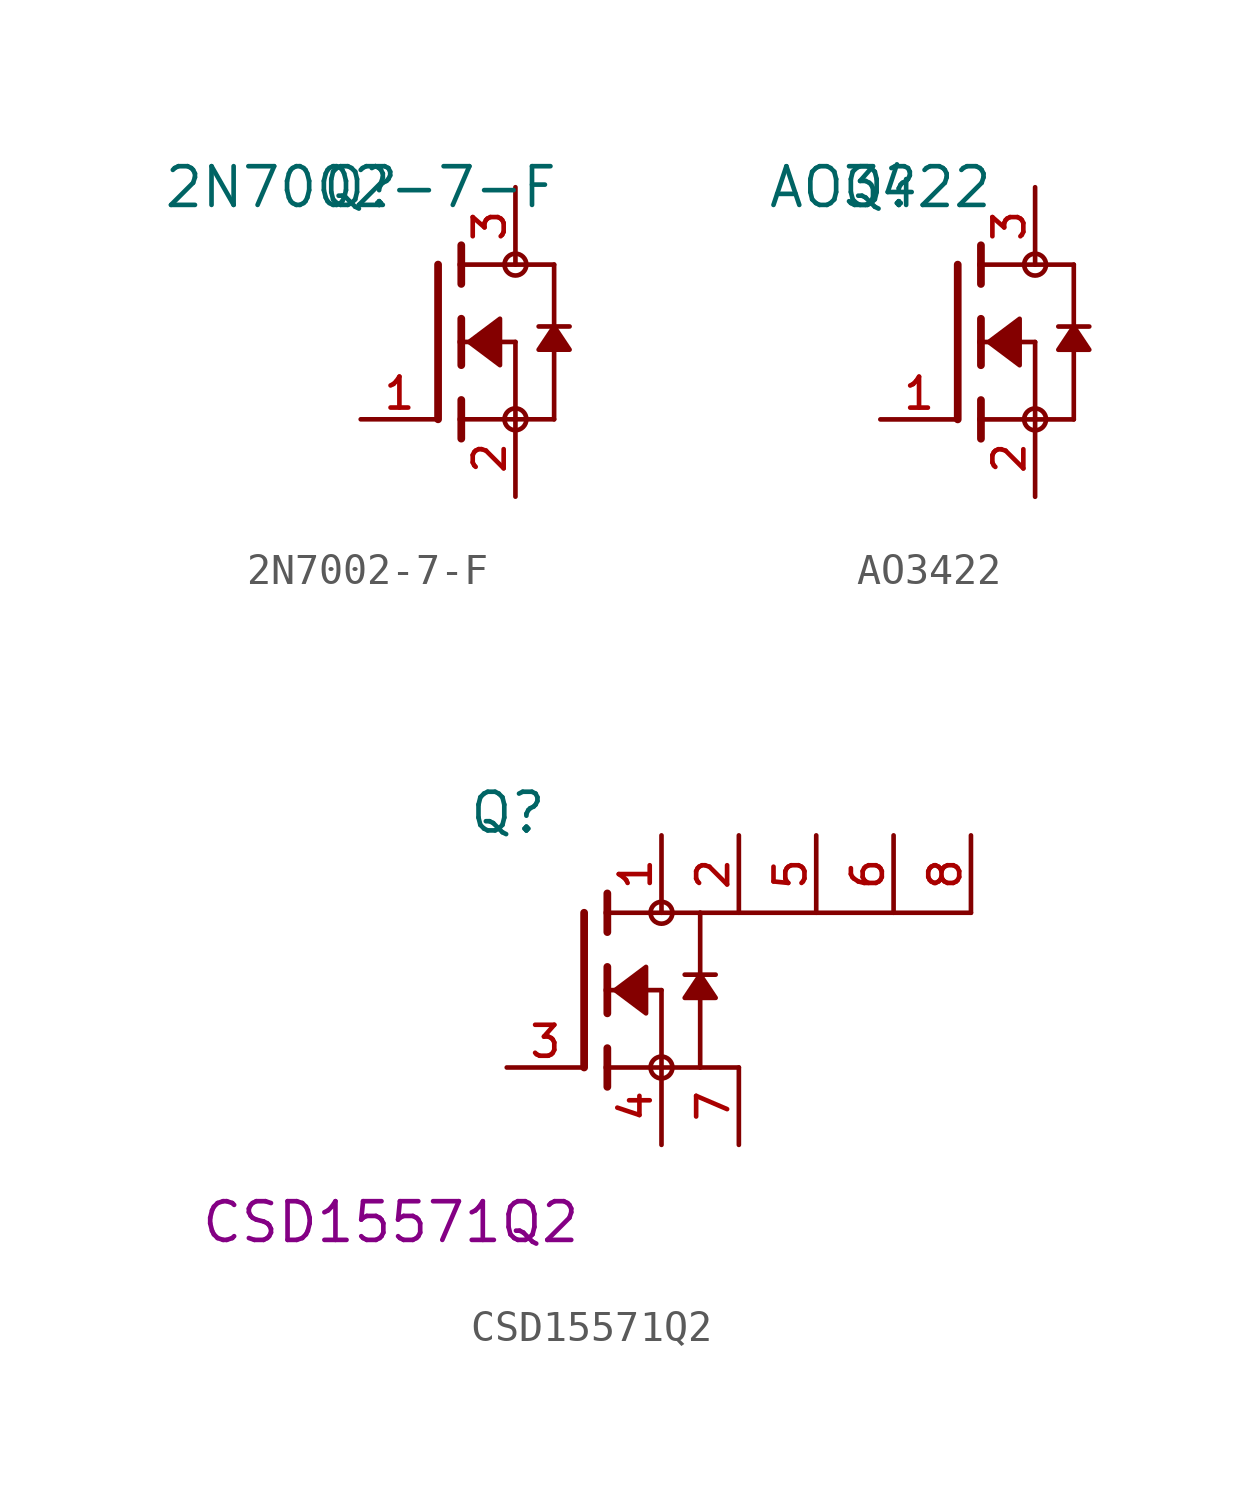
<source format=kicad_sym>
(kicad_symbol_lib
  (version 20241209)
  (generator "kicad_symbol_editor")
  (generator_version "9.0")
  (symbol "2N7002-7-F"
    (pin_names
      (hide yes))
    (property "Reference" "Q"
      (at 0 0 0)
      (effects (font (size 1.27 1.27))))
    (property "Value" "2N7002-7-F"
      (at 0 0 0)
      (effects (font (size 1.27 1.27))))
    (symbol "2N7002-7-F_0_0"
      (polyline (pts (xy 2.54 -2.54) (xy 2.54 -7.62)) (stroke (width 0.254) (type default)) (fill (type none)))
      (polyline (pts (xy 3.302 -1.905) (xy 3.302 -2.54)) (stroke (width 0.254) (type default)) (fill (type none)))
      (polyline (pts (xy 3.302 -2.54) (xy 3.302 -3.175)) (stroke (width 0.254) (type default)) (fill (type none)))
      (polyline (pts (xy 3.302 -2.54) (xy 6.35 -2.54)) (stroke (width 0.152) (type default)) (fill (type none)))
      (polyline (pts (xy 3.302 -4.318) (xy 3.302 -5.08)) (stroke (width 0.254) (type default)) (fill (type none)))
      (polyline (pts (xy 3.302 -5.08) (xy 3.302 -5.842)) (stroke (width 0.254) (type default)) (fill (type none)))
      (polyline (pts (xy 3.302 -5.08) (xy 5.08 -5.08)) (stroke (width 0.152) (type default)) (fill (type none)))
      (polyline (pts (xy 3.302 -6.985) (xy 3.302 -7.62)) (stroke (width 0.254) (type default)) (fill (type none)))
      (polyline (pts (xy 3.302 -7.62) (xy 3.302 -8.255)) (stroke (width 0.254) (type default)) (fill (type none)))
      (polyline (pts (xy 3.556 -5.08) (xy 4.572 -4.318) (xy 4.572 -5.842) (xy 3.556 -5.08)) (stroke (width 0.152) (type default)) (fill (type outline)))
      (circle (center 5.08 -2.54) (radius 0.359) (stroke (width 0) (type default)) (fill (type none)))
      (polyline (pts (xy 5.08 -5.08) (xy 5.08 -7.62)) (stroke (width 0.152) (type default)) (fill (type none)))
      (polyline (pts (xy 5.08 -7.62) (xy 3.302 -7.62)) (stroke (width 0.152) (type default)) (fill (type none)))
      (polyline (pts (xy 5.08 -7.62) (xy 6.35 -7.62)) (stroke (width 0.152) (type default)) (fill (type none)))
      (circle (center 5.08 -7.62) (radius 0.359) (stroke (width 0) (type default)) (fill (type none)))
      (polyline (pts (xy 6.35 -2.54) (xy 6.35 -4.572)) (stroke (width 0.152) (type default)) (fill (type none)))
      (polyline (pts (xy 6.35 -4.572) (xy 5.842 -4.572)) (stroke (width 0.152) (type default)) (fill (type none)))
      (polyline (pts (xy 6.35 -4.572) (xy 6.35 -7.62)) (stroke (width 0.152) (type default)) (fill (type none)))
      (polyline (pts (xy 6.35 -4.572) (xy 5.842 -5.334) (xy 6.858 -5.334) (xy 6.35 -4.572)) (stroke (width 0.152) (type default)) (fill (type outline)))
      (polyline (pts (xy 6.858 -4.572) (xy 6.35 -4.572)) (stroke (width 0.152) (type default)) (fill (type none))))
    (symbol "2N7002-7-F_1_0"
      (pin passive line (at 0 -7.62 0) (length 2.54) (name "" (effects (font (size 1.016 1.016)))) (number "1" (effects (font (size 1.016 1.016)))))
      (pin passive line (at 5.08 0 270) (length 2.54) (name "" (effects (font (size 1.016 1.016)))) (number "3" (effects (font (size 1.016 1.016)))))
      (pin passive line (at 5.08 -10.16 90) (length 2.54) (name "" (effects (font (size 1.016 1.016)))) (number "2" (effects (font (size 1.016 1.016)))))))
  (symbol "AO3422"
    (pin_names
      (hide yes))
    (property "Reference" "Q"
      (at 0 0 0)
      (effects (font (size 1.27 1.27))))
    (property "Value" "AO3422"
      (at 0 0 0)
      (effects (font (size 1.27 1.27))))
    (symbol "AO3422_0_0"
      (polyline (pts (xy 2.54 -2.54) (xy 2.54 -7.62)) (stroke (width 0.254) (type default)) (fill (type none)))
      (polyline (pts (xy 3.302 -1.905) (xy 3.302 -2.54)) (stroke (width 0.254) (type default)) (fill (type none)))
      (polyline (pts (xy 3.302 -2.54) (xy 3.302 -3.175)) (stroke (width 0.254) (type default)) (fill (type none)))
      (polyline (pts (xy 3.302 -2.54) (xy 6.35 -2.54)) (stroke (width 0.152) (type default)) (fill (type none)))
      (polyline (pts (xy 3.302 -4.318) (xy 3.302 -5.08)) (stroke (width 0.254) (type default)) (fill (type none)))
      (polyline (pts (xy 3.302 -5.08) (xy 3.302 -5.842)) (stroke (width 0.254) (type default)) (fill (type none)))
      (polyline (pts (xy 3.302 -5.08) (xy 5.08 -5.08)) (stroke (width 0.152) (type default)) (fill (type none)))
      (polyline (pts (xy 3.302 -6.985) (xy 3.302 -7.62)) (stroke (width 0.254) (type default)) (fill (type none)))
      (polyline (pts (xy 3.302 -7.62) (xy 3.302 -8.255)) (stroke (width 0.254) (type default)) (fill (type none)))
      (polyline (pts (xy 3.556 -5.08) (xy 4.572 -4.318) (xy 4.572 -5.842) (xy 3.556 -5.08)) (stroke (width 0.152) (type default)) (fill (type outline)))
      (circle (center 5.08 -2.54) (radius 0.359) (stroke (width 0) (type default)) (fill (type none)))
      (polyline (pts (xy 5.08 -5.08) (xy 5.08 -7.62)) (stroke (width 0.152) (type default)) (fill (type none)))
      (polyline (pts (xy 5.08 -7.62) (xy 3.302 -7.62)) (stroke (width 0.152) (type default)) (fill (type none)))
      (polyline (pts (xy 5.08 -7.62) (xy 6.35 -7.62)) (stroke (width 0.152) (type default)) (fill (type none)))
      (circle (center 5.08 -7.62) (radius 0.359) (stroke (width 0) (type default)) (fill (type none)))
      (polyline (pts (xy 6.35 -2.54) (xy 6.35 -4.572)) (stroke (width 0.152) (type default)) (fill (type none)))
      (polyline (pts (xy 6.35 -4.572) (xy 5.842 -4.572)) (stroke (width 0.152) (type default)) (fill (type none)))
      (polyline (pts (xy 6.35 -4.572) (xy 6.35 -7.62)) (stroke (width 0.152) (type default)) (fill (type none)))
      (polyline (pts (xy 6.35 -4.572) (xy 5.842 -5.334) (xy 6.858 -5.334) (xy 6.35 -4.572)) (stroke (width 0.152) (type default)) (fill (type outline)))
      (polyline (pts (xy 6.858 -4.572) (xy 6.35 -4.572)) (stroke (width 0.152) (type default)) (fill (type none))))
    (symbol "AO3422_1_0"
      (pin passive line (at 0 -7.62 0) (length 2.54) (name "" (effects (font (size 1.016 1.016)))) (number "1" (effects (font (size 1.016 1.016)))))
      (pin passive line (at 5.08 0 270) (length 2.54) (name "" (effects (font (size 1.016 1.016)))) (number "3" (effects (font (size 1.016 1.016)))))
      (pin passive line (at 5.08 -10.16 90) (length 2.54) (name "" (effects (font (size 1.016 1.016)))) (number "2" (effects (font (size 1.016 1.016)))))))
  (symbol "CSD15571Q2"
    (pin_names
      (offset 1.016))
    (property "Reference" "Q"
      (at -3.81 5.08 0)
      (effects (font (size 1.27 1.27)) (justify left bottom)))
    (property "PartNumber" "CSD15571Q2"
      (at -6.35 -7.62 0)
      (effects (font (size 1.27 1.27))))
    (symbol "CSD15571Q2_0_0"
      (polyline (pts (xy 0 2.54) (xy 0 -2.54)) (stroke (width 0.254) (type default)) (fill (type none)))
      (polyline (pts (xy 0.762 3.175) (xy 0.762 2.54)) (stroke (width 0.254) (type default)) (fill (type none)))
      (polyline (pts (xy 0.762 2.54) (xy 0.762 1.905)) (stroke (width 0.254) (type default)) (fill (type none)))
      (polyline (pts (xy 0.762 2.54) (xy 3.81 2.54)) (stroke (width 0.152) (type default)) (fill (type none)))
      (polyline (pts (xy 0.762 0.762) (xy 0.762 0)) (stroke (width 0.254) (type default)) (fill (type none)))
      (polyline (pts (xy 0.762 0) (xy 0.762 -0.762)) (stroke (width 0.254) (type default)) (fill (type none)))
      (polyline (pts (xy 0.762 0) (xy 2.54 0)) (stroke (width 0.152) (type default)) (fill (type none)))
      (polyline (pts (xy 0.762 -1.905) (xy 0.762 -2.54)) (stroke (width 0.254) (type default)) (fill (type none)))
      (polyline (pts (xy 0.762 -2.54) (xy 0.762 -3.175)) (stroke (width 0.254) (type default)) (fill (type none)))
      (polyline (pts (xy 1.016 0) (xy 2.032 0.762) (xy 2.032 -0.762) (xy 1.016 0)) (stroke (width 0.152) (type default)) (fill (type outline)))
      (circle (center 2.54 2.54) (radius 0.359) (stroke (width 0) (type default)) (fill (type none)))
      (polyline (pts (xy 2.54 0) (xy 2.54 -2.54)) (stroke (width 0.152) (type default)) (fill (type none)))
      (polyline (pts (xy 2.54 -2.54) (xy 0.762 -2.54)) (stroke (width 0.152) (type default)) (fill (type none)))
      (polyline (pts (xy 2.54 -2.54) (xy 3.81 -2.54)) (stroke (width 0.152) (type default)) (fill (type none)))
      (circle (center 2.54 -2.54) (radius 0.359) (stroke (width 0) (type default)) (fill (type none)))
      (polyline (pts (xy 3.81 2.54) (xy 3.81 0.508)) (stroke (width 0.152) (type default)) (fill (type none)))
      (polyline (pts (xy 3.81 0.508) (xy 3.302 0.508)) (stroke (width 0.152) (type default)) (fill (type none)))
      (polyline (pts (xy 3.81 0.508) (xy 3.81 -2.54)) (stroke (width 0.152) (type default)) (fill (type none)))
      (polyline (pts (xy 3.81 0.508) (xy 3.302 -0.254) (xy 4.318 -0.254) (xy 3.81 0.508)) (stroke (width 0.152) (type default)) (fill (type outline)))
      (polyline (pts (xy 4.318 0.508) (xy 3.81 0.508)) (stroke (width 0.152) (type default)) (fill (type none)))
      (pin passive line (at -2.54 -2.54 0) (length 2.54) (name "~" (effects (font (size 1.016 1.016)))) (number "3" (effects (font (size 1.016 1.016)))))
      (pin passive line (at 2.54 5.08 270) (length 2.54) (name "~" (effects (font (size 1.016 1.016)))) (number "1" (effects (font (size 1.016 1.016)))))
      (pin passive line (at 2.54 -5.08 90) (length 2.54) (name "~" (effects (font (size 1.016 1.016)))) (number "4" (effects (font (size 1.016 1.016)))))
      (pin passive line (at 5.08 5.08 270) (length 2.54) (name "~" (effects (font (size 1.016 1.016)))) (number "2" (effects (font (size 1.016 1.016)))))
      (pin passive line (at 5.08 -5.08 90) (length 2.54) (name "~" (effects (font (size 1.016 1.016)))) (number "7" (effects (font (size 1.016 1.016)))))
      (pin passive line (at 7.62 5.08 270) (length 2.54) (name "~" (effects (font (size 1.016 1.016)))) (number "5" (effects (font (size 1.016 1.016)))))
      (pin passive line (at 10.16 5.08 270) (length 2.54) (name "~" (effects (font (size 1.016 1.016)))) (number "6" (effects (font (size 1.016 1.016)))))
      (pin passive line (at 12.7 5.08 270) (length 2.54) (name "~" (effects (font (size 1.016 1.016)))) (number "8" (effects (font (size 1.016 1.016))))))
    (symbol "CSD15571Q2_0_1"
      (polyline (pts (xy 3.81 2.54) (xy 12.7 2.54)) (stroke (width 0) (type default)) (fill (type none)))
      (polyline (pts (xy 3.81 -2.54) (xy 5.08 -2.54)) (stroke (width 0) (type default)) (fill (type none))))))
</source>
